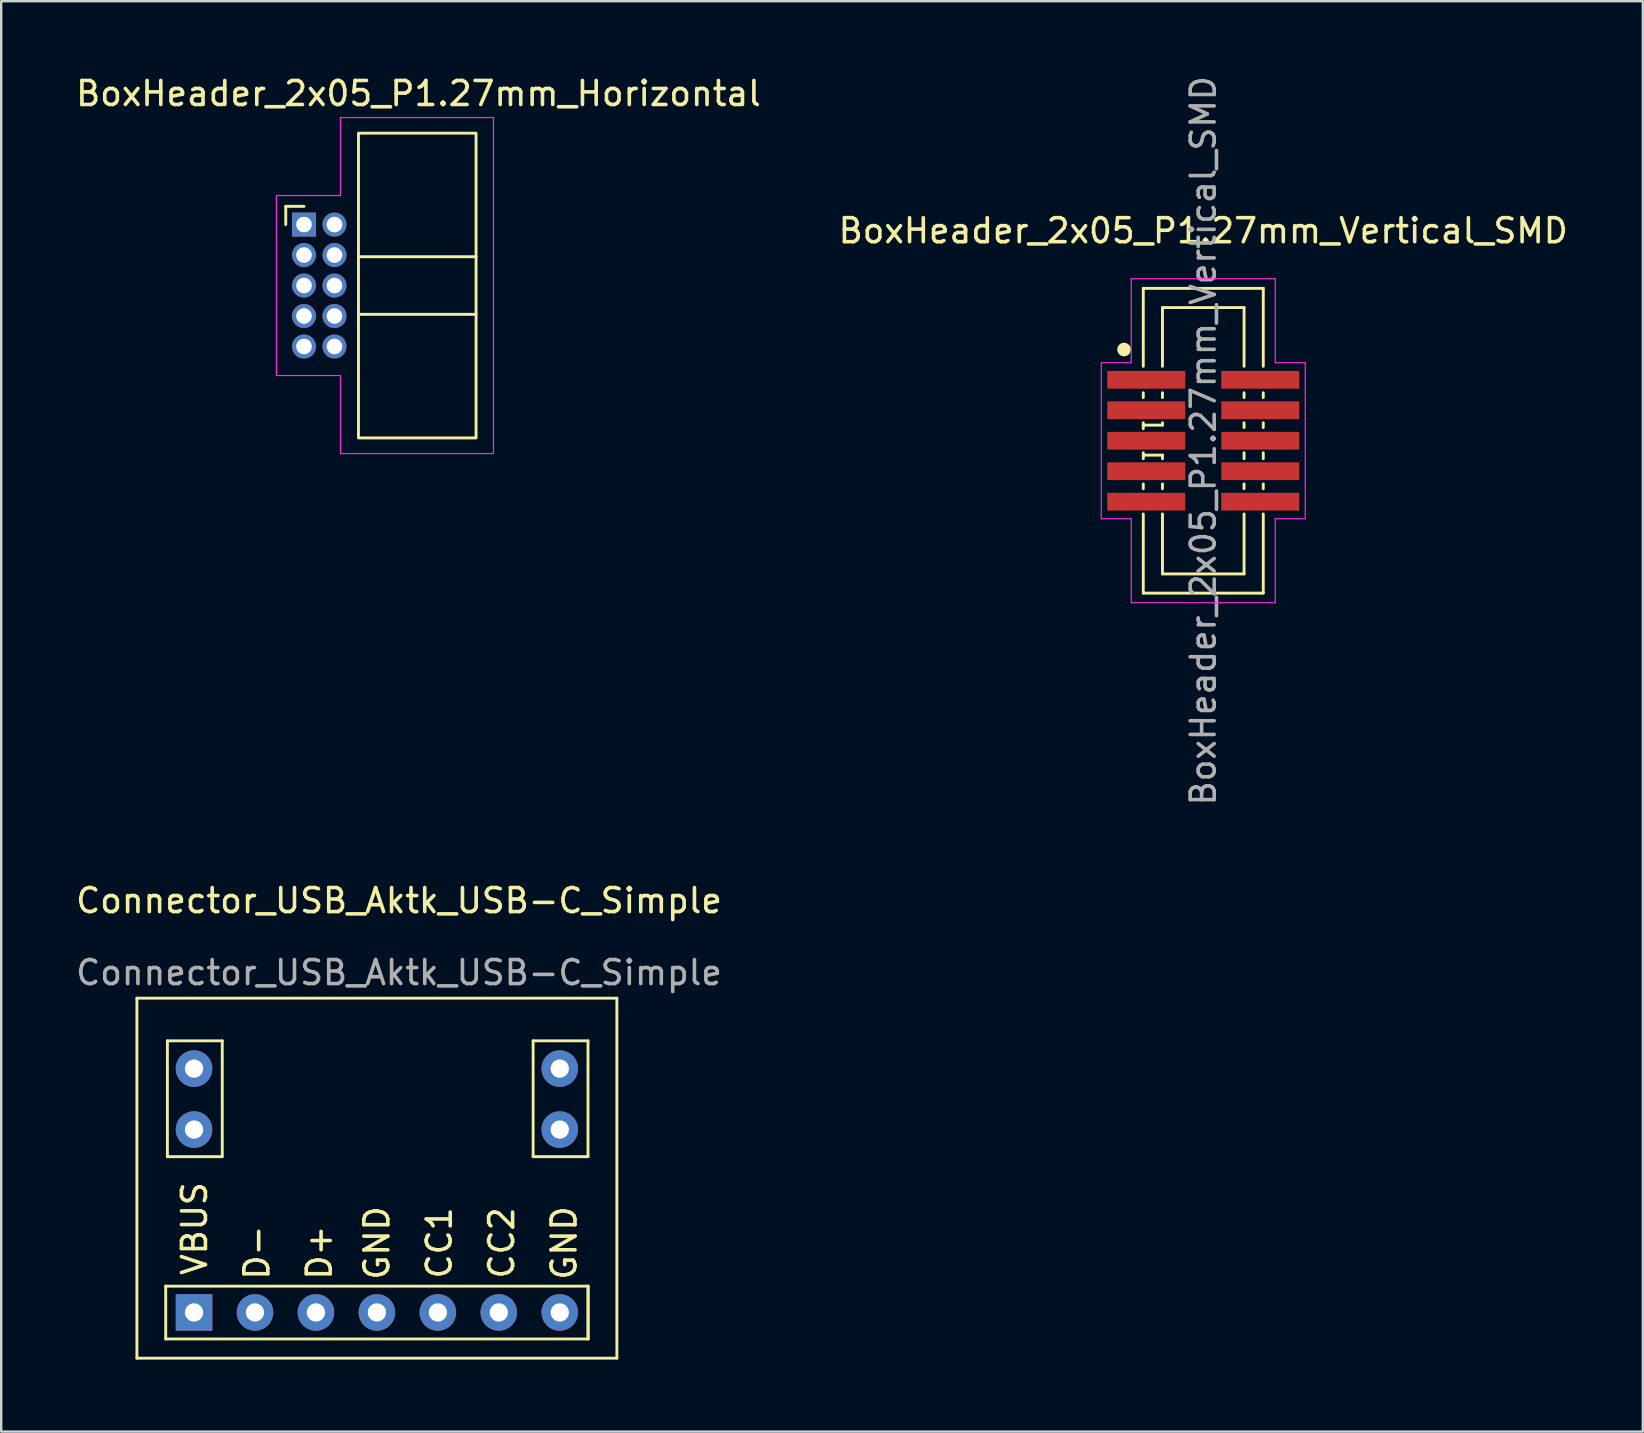
<source format=kicad_pcb>
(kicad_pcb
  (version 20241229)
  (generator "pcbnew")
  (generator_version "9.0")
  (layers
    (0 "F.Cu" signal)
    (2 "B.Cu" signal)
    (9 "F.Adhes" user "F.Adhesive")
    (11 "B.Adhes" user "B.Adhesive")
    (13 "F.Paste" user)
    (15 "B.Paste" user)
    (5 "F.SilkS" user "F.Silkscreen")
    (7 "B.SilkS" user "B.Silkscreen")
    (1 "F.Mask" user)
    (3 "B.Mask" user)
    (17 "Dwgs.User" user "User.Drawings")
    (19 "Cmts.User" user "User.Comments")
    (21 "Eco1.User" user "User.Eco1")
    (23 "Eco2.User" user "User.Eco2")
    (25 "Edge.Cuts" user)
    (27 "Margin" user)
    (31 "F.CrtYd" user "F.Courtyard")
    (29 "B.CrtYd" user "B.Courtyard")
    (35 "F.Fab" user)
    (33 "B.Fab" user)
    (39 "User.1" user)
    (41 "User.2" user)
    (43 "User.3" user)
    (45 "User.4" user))
  (footprint "BoxHeader_2x05_P1.27mm_Horizontal"
    (layer "F.Cu")
    (at 10.887 8.848)
    (property "Reference" "BoxHeader_2x05_P1.27mm_Horizontal" (at 3.5 -8 0) (layer "F.SilkS") (effects (font (size 1 1) (thickness 0.15))))
    (attr through_hole)
    (fp_line (start -2.03 -3.3) (end -1.27 -3.3) (stroke (width 0.12) (type solid)) (layer "F.SilkS"))
    (fp_line (start -2.03 -2.54) (end -2.03 -3.3) (stroke (width 0.12) (type solid)) (layer "F.SilkS"))
    (fp_line (start 5.9 -1.2) (end 1 -1.2) (stroke (width 0.12) (type solid)) (layer "F.SilkS"))
    (fp_line (start 5.9 1.2) (end 1 1.2) (stroke (width 0.12) (type solid)) (layer "F.SilkS"))
    (fp_rect (start 1 -6.35) (end 5.9 6.35) (stroke (width 0.12) (type solid)) (fill no) (layer "F.SilkS"))
    (fp_line (start -2.42 -3.75) (end -2.42 3.75) (stroke (width 0.05) (type solid)) (layer "F.CrtYd"))
    (fp_line (start 0.25 -7) (end 0.25 -3.75) (stroke (width 0.05) (type solid)) (layer "F.CrtYd"))
    (fp_line (start 0.25 -3.75) (end -2.42 -3.75) (stroke (width 0.05) (type solid)) (layer "F.CrtYd"))
    (fp_line (start 0.25 3.75) (end -2.42 3.75) (stroke (width 0.05) (type solid)) (layer "F.CrtYd"))
    (fp_line (start 0.25 7) (end 0.25 3.75) (stroke (width 0.05) (type solid)) (layer "F.CrtYd"))
    (fp_line (start 0.25 7) (end 6.625 7) (stroke (width 0.05) (type solid)) (layer "F.CrtYd"))
    (fp_line (start 6.625 -7) (end 0.25 -7) (stroke (width 0.05) (type solid)) (layer "F.CrtYd"))
    (fp_line (start 6.625 7) (end 6.625 -7) (stroke (width 0.05) (type solid)) (layer "F.CrtYd"))
    (pad "1" thru_hole rect (at -1.27 -2.54) (size 1 1) (drill 0.65) (layers "*.Cu" "*.Mask"))
    (pad "2" thru_hole oval (at 0 -2.54) (size 1 1) (drill 0.65) (layers "*.Cu" "*.Mask"))
    (pad "3" thru_hole oval (at -1.27 -1.27) (size 1 1) (drill 0.65) (layers "*.Cu" "*.Mask"))
    (pad "4" thru_hole oval (at 0 -1.27) (size 1 1) (drill 0.65) (layers "*.Cu" "*.Mask"))
    (pad "5" thru_hole oval (at -1.27 0) (size 1 1) (drill 0.65) (layers "*.Cu" "*.Mask"))
    (pad "6" thru_hole oval (at 0 0) (size 1 1) (drill 0.65) (layers "*.Cu" "*.Mask"))
    (pad "7" thru_hole oval (at -1.27 1.27) (size 1 1) (drill 0.65) (layers "*.Cu" "*.Mask"))
    (pad "8" thru_hole oval (at 0 1.27) (size 1 1) (drill 0.65) (layers "*.Cu" "*.Mask"))
    (pad "9" thru_hole oval (at -1.27 2.54) (size 1 1) (drill 0.65) (layers "*.Cu" "*.Mask"))
    (pad "10" thru_hole oval (at 0 2.54) (size 1 1) (drill 0.65) (layers "*.Cu" "*.Mask")))
  (footprint "Connector_USB_Aktk_USB-C_Simple"
    (layer "F.Cu")
    (at 2.655 38.543)
    (property "Reference" "Connector_USB_Aktk_USB-C_Simple" (at 10.922 -4.064 0) (unlocked yes) (layer "F.SilkS") (effects (font (size 1 1) (thickness 0.15))))
    (attr through_hole)
    (fp_line (start 0 0) (end 20 0) (stroke (width 0.12) (type solid)) (layer "F.SilkS"))
    (fp_line (start 0 15) (end 0 0) (stroke (width 0.12) (type solid)) (layer "F.SilkS"))
    (fp_line (start 1.2 12) (end 1.2 14.2) (stroke (width 0.12) (type solid)) (layer "F.SilkS"))
    (fp_line (start 1.2 12) (end 18.8 12) (stroke (width 0.12) (type solid)) (layer "F.SilkS"))
    (fp_line (start 1.27 1.778) (end 3.556 1.778) (stroke (width 0.12) (type solid)) (layer "F.SilkS"))
    (fp_line (start 1.27 6.604) (end 1.27 1.778) (stroke (width 0.12) (type solid)) (layer "F.SilkS"))
    (fp_line (start 3.556 1.778) (end 3.556 6.604) (stroke (width 0.12) (type solid)) (layer "F.SilkS"))
    (fp_line (start 3.556 6.604) (end 1.27 6.604) (stroke (width 0.12) (type solid)) (layer "F.SilkS"))
    (fp_line (start 16.51 1.778) (end 16.51 6.604) (stroke (width 0.12) (type solid)) (layer "F.SilkS"))
    (fp_line (start 16.51 6.604) (end 18.796 6.604) (stroke (width 0.12) (type solid)) (layer "F.SilkS"))
    (fp_line (start 18.796 1.778) (end 16.51 1.778) (stroke (width 0.12) (type solid)) (layer "F.SilkS"))
    (fp_line (start 18.796 6.604) (end 18.796 1.778) (stroke (width 0.12) (type solid)) (layer "F.SilkS"))
    (fp_line (start 18.8 12) (end 18.8 14.2) (stroke (width 0.12) (type solid)) (layer "F.SilkS"))
    (fp_line (start 18.8 14.2) (end 1.2 14.2) (stroke (width 0.12) (type solid)) (layer "F.SilkS"))
    (fp_line (start 18.8 14.2) (end 18.8 12) (stroke (width 0.12) (type solid)) (layer "F.SilkS"))
    (fp_line (start 20 0) (end 20 15) (stroke (width 0.12) (type solid)) (layer "F.SilkS"))
    (fp_line (start 20 15) (end 0 15) (stroke (width 0.12) (type solid)) (layer "F.SilkS"))
    (fp_text user "CC2" (at 15.2 10.2 90) (unlocked yes) (layer "F.SilkS") (effects (font (size 1 1) (thickness 0.15))))
    (fp_text user "GND" (at 10 10.2 90) (unlocked yes) (layer "F.SilkS") (effects (font (size 1 1) (thickness 0.15))))
    (fp_text user "D+" (at 7.6 10.6 90) (unlocked yes) (layer "F.SilkS") (effects (font (size 1 1) (thickness 0.15))))
    (fp_text user "D-" (at 5 10.6 90) (unlocked yes) (layer "F.SilkS") (effects (font (size 1 1) (thickness 0.15))))
    (fp_text user "VBUS" (at 2.4 9.6 90) (unlocked yes) (layer "F.SilkS") (effects (font (size 1 1) (thickness 0.15))))
    (fp_text user "GND" (at 17.8 10.2 90) (unlocked yes) (layer "F.SilkS") (effects (font (size 1 1) (thickness 0.15))))
    (fp_text user "CC1" (at 12.6 10.2 90) (unlocked yes) (layer "F.SilkS") (effects (font (size 1 1) (thickness 0.15))))
    (fp_text user "${REFERENCE}" (at 10.922 -1.064 0) (unlocked yes) (layer "F.Fab") (effects (font (size 1 1) (thickness 0.15))))
    (pad "A1" thru_hole circle (at 10 13.095) (size 1.524 1.524) (drill 0.762) (layers "*.Cu" "*.Mask"))
    (pad "A1" thru_hole circle (at 17.62 13.095) (size 1.524 1.524) (drill 0.762) (layers "*.Cu" "*.Mask"))
    (pad "A4" thru_hole rect (at 2.38 13.095) (size 1.524 1.524) (drill 0.762) (layers "*.Cu" "*.Mask"))
    (pad "A5" thru_hole circle (at 12.54 13.095) (size 1.524 1.524) (drill 0.762) (layers "*.Cu" "*.Mask"))
    (pad "A6" thru_hole circle (at 7.46 13.095 90) (size 1.524 1.524) (drill 0.762) (layers "*.Cu" "*.Mask"))
    (pad "A7" thru_hole circle (at 4.92 13.095 90) (size 1.524 1.524) (drill 0.762) (layers "*.Cu" "*.Mask"))
    (pad "B5" thru_hole circle (at 15.08 13.095) (size 1.524 1.524) (drill 0.762) (layers "*.Cu" "*.Mask"))
    (pad "S1" thru_hole circle (at 2.38 2.935) (size 1.524 1.524) (drill 0.762) (layers "*.Cu" "*.Mask"))
    (pad "S1" thru_hole circle (at 2.38 5.475) (size 1.524 1.524) (drill 0.762) (layers "*.Cu" "*.Mask"))
    (pad "S1" thru_hole circle (at 17.62 2.935) (size 1.524 1.524) (drill 0.762) (layers "*.Cu" "*.Mask"))
    (pad "S1" thru_hole circle (at 17.62 5.475) (size 1.524 1.524) (drill 0.762) (layers "*.Cu" "*.Mask")))
  (footprint "BoxHeader_2x05_P1.27mm_Vertical_SMD"
    (layer "F.Cu")
    (at 47.089 15.315)
    (property "Reference" "BoxHeader_2x05_P1.27mm_Vertical_SMD" (at 0 -8.75 0) (layer "F.SilkS") (effects (font (size 1 1) (thickness 0.15))))
    (attr smd)
    (fp_line (start -2.5 -6.35) (end -2.5 -3.1) (stroke (width 0.12) (type solid)) (layer "F.SilkS"))
    (fp_line (start -2.5 -6.35) (end 2.5 -6.35) (stroke (width 0.12) (type solid)) (layer "F.SilkS"))
    (fp_line (start -2.5 -2) (end -2.5 -1.8) (stroke (width 0.12) (type solid)) (layer "F.SilkS"))
    (fp_line (start -2.5 -0.75) (end -2.5 -0.5) (stroke (width 0.12) (type solid)) (layer "F.SilkS"))
    (fp_line (start -2.5 0.5) (end -2.5 0.75) (stroke (width 0.12) (type solid)) (layer "F.SilkS"))
    (fp_line (start -2.5 0.6) (end -1.7 0.6) (stroke (width 0.12) (type solid)) (layer "F.SilkS"))
    (fp_line (start -2.5 1.8) (end -2.5 2) (stroke (width 0.12) (type solid)) (layer "F.SilkS"))
    (fp_line (start -2.5 3.05) (end -2.5 6.35) (stroke (width 0.12) (type solid)) (layer "F.SilkS"))
    (fp_line (start -2.5 6.35) (end 2.5 6.35) (stroke (width 0.12) (type solid)) (layer "F.SilkS"))
    (fp_line (start -1.7 -5.55) (end -1.7 -3.1) (stroke (width 0.12) (type solid)) (layer "F.SilkS"))
    (fp_line (start -1.7 -5.55) (end 1.7 -5.55) (stroke (width 0.12) (type solid)) (layer "F.SilkS"))
    (fp_line (start -1.7 -2) (end -1.7 -1.8) (stroke (width 0.12) (type solid)) (layer "F.SilkS"))
    (fp_line (start -1.7 -0.75) (end -1.7 -0.65) (stroke (width 0.12) (type solid)) (layer "F.SilkS"))
    (fp_line (start -1.7 -0.65) (end -2.5 -0.65) (stroke (width 0.12) (type solid)) (layer "F.SilkS"))
    (fp_line (start -1.7 0.6) (end -1.7 0.75) (stroke (width 0.12) (type solid)) (layer "F.SilkS"))
    (fp_line (start -1.7 1.8) (end -1.7 2) (stroke (width 0.12) (type solid)) (layer "F.SilkS"))
    (fp_line (start -1.7 3.05) (end -1.7 5.55) (stroke (width 0.12) (type solid)) (layer "F.SilkS"))
    (fp_line (start -1.7 5.55) (end 1.7 5.55) (stroke (width 0.12) (type solid)) (layer "F.SilkS"))
    (fp_line (start 1.7 -5.55) (end 1.7 -3.1) (stroke (width 0.12) (type solid)) (layer "F.SilkS"))
    (fp_line (start 1.7 -2) (end 1.7 -1.8) (stroke (width 0.12) (type solid)) (layer "F.SilkS"))
    (fp_line (start 1.7 -0.75) (end 1.7 -0.55) (stroke (width 0.12) (type solid)) (layer "F.SilkS"))
    (fp_line (start 1.7 0.5) (end 1.7 0.75) (stroke (width 0.12) (type solid)) (layer "F.SilkS"))
    (fp_line (start 1.7 1.8) (end 1.7 2) (stroke (width 0.12) (type solid)) (layer "F.SilkS"))
    (fp_line (start 1.7 3.05) (end 1.7 5.55) (stroke (width 0.12) (type solid)) (layer "F.SilkS"))
    (fp_line (start 2.5 -6.35) (end 2.5 -3.1) (stroke (width 0.12) (type solid)) (layer "F.SilkS"))
    (fp_line (start 2.5 -2) (end 2.5 -1.8) (stroke (width 0.12) (type solid)) (layer "F.SilkS"))
    (fp_line (start 2.5 -0.75) (end 2.5 -0.55) (stroke (width 0.12) (type solid)) (layer "F.SilkS"))
    (fp_line (start 2.5 0.5) (end 2.5 0.75) (stroke (width 0.12) (type solid)) (layer "F.SilkS"))
    (fp_line (start 2.5 1.8) (end 2.5 2) (stroke (width 0.12) (type solid)) (layer "F.SilkS"))
    (fp_line (start 2.5 3.05) (end 2.5 6.35) (stroke (width 0.12) (type solid)) (layer "F.SilkS"))
    (fp_circle (center -3.3 -3.8) (end -3.076 -3.8) (stroke (width 0.12) (type solid)) (fill yes) (layer "F.SilkS"))
    (fp_line (start -4.25 -3.25) (end -4.25 3.25) (stroke (width 0.05) (type solid)) (layer "F.CrtYd"))
    (fp_line (start -3 -6.75) (end -3 -3.25) (stroke (width 0.05) (type solid)) (layer "F.CrtYd"))
    (fp_line (start -3 -3.25) (end -4.25 -3.25) (stroke (width 0.05) (type solid)) (layer "F.CrtYd"))
    (fp_line (start -3 3.25) (end -4.25 3.25) (stroke (width 0.05) (type solid)) (layer "F.CrtYd"))
    (fp_line (start -3 6.75) (end -3 3.25) (stroke (width 0.05) (type solid)) (layer "F.CrtYd"))
    (fp_line (start -3 6.75) (end 3 6.75) (stroke (width 0.05) (type solid)) (layer "F.CrtYd"))
    (fp_line (start 3 -6.75) (end -3 -6.75) (stroke (width 0.05) (type solid)) (layer "F.CrtYd"))
    (fp_line (start 3 -6.75) (end 3 -3.25) (stroke (width 0.05) (type solid)) (layer "F.CrtYd"))
    (fp_line (start 3 -3.25) (end 4.25 -3.25) (stroke (width 0.05) (type solid)) (layer "F.CrtYd"))
    (fp_line (start 3 3.25) (end 4.25 3.25) (stroke (width 0.05) (type solid)) (layer "F.CrtYd"))
    (fp_line (start 3 6.75) (end 3 3.25) (stroke (width 0.05) (type solid)) (layer "F.CrtYd"))
    (fp_line (start 4.25 3.25) (end 4.25 -3.25) (stroke (width 0.05) (type solid)) (layer "F.CrtYd"))
    (fp_text user "${REFERENCE}" (at 0 0 90) (layer "F.Fab") (effects (font (size 1 1) (thickness 0.15))))
    (pad "1" smd rect (at -2.375 -2.54) (size 3.25 0.74) (layers "F.Cu" "F.Mask" "F.Paste"))
    (pad "2" smd rect (at 2.375 -2.54) (size 3.25 0.74) (layers "F.Cu" "F.Mask" "F.Paste"))
    (pad "3" smd rect (at -2.375 -1.27) (size 3.25 0.74) (layers "F.Cu" "F.Mask" "F.Paste"))
    (pad "4" smd rect (at 2.375 -1.27) (size 3.25 0.74) (layers "F.Cu" "F.Mask" "F.Paste"))
    (pad "5" smd rect (at -2.375 0) (size 3.25 0.74) (layers "F.Cu" "F.Mask" "F.Paste"))
    (pad "6" smd rect (at 2.375 0) (size 3.25 0.74) (layers "F.Cu" "F.Mask" "F.Paste"))
    (pad "7" smd rect (at -2.375 1.27) (size 3.25 0.74) (layers "F.Cu" "F.Mask" "F.Paste"))
    (pad "8" smd rect (at 2.375 1.27) (size 3.25 0.74) (layers "F.Cu" "F.Mask" "F.Paste"))
    (pad "9" smd rect (at -2.375 2.54) (size 3.25 0.74) (layers "F.Cu" "F.Mask" "F.Paste"))
    (pad "10" smd rect (at 2.375 2.54) (size 3.25 0.74) (layers "F.Cu" "F.Mask" "F.Paste")))
  (gr_rect
    (start -3 -3)
    (end 65.405 56.603)
    (stroke (width 0.1) (type default))
    (fill no)
    (layer "Edge.Cuts")))
</source>
